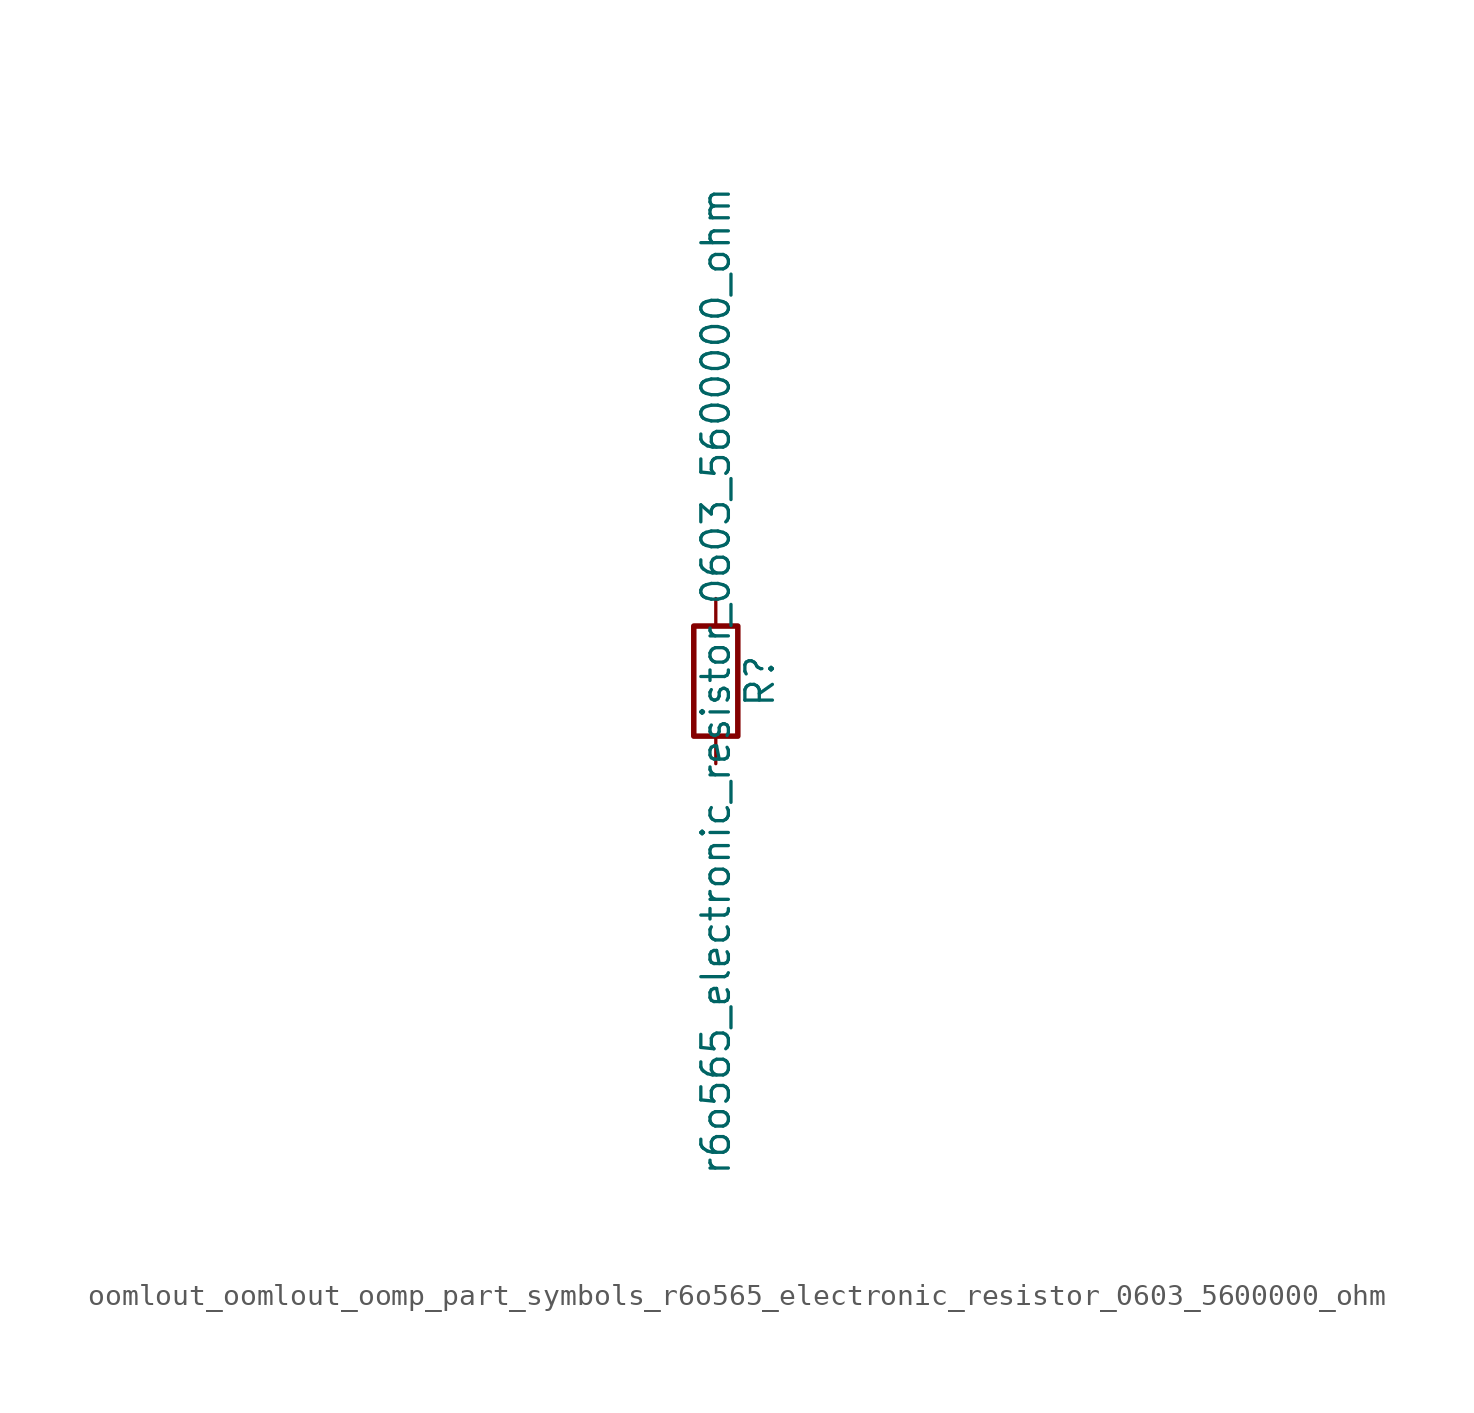
<source format=kicad_sym>
(kicad_symbol_lib
  (version 20220914)
  (generator kicad_symbol_editor)
  (symbol "oomlout_oomlout_oomp_part_symbols_r6o565_electronic_resistor_0603_5600000_ohm"
    (pin_numbers hide)
    (pin_names
      (offset 0))
    (property "Reference" "R"
      (at 2.032 0 90)
      (effects (font (size 1.27 1.27))))
    (property "Value" "r6o565_electronic_resistor_0603_5600000_ohm"
      (at 0 0 90)
      (effects (font (size 1.27 1.27))))
    (symbol "oomlout_oomlout_oomp_part_symbols_r6o565_electronic_resistor_0603_5600000_ohm_0_1"
      (rectangle (start -1.016 -2.54) (end 1.016 2.54) (stroke (width 0.254) (type default)) (fill (type none))))
    (symbol "oomlout_oomlout_oomp_part_symbols_r6o565_electronic_resistor_0603_5600000_ohm_1_1"
      (pin passive line (at 0 3.81 270) (length 1.27) (name "~" (effects (font (size 1.27 1.27)))) (number "1" (effects (font (size 1.27 1.27)))))
      (pin passive line (at 0 -3.81 90) (length 1.27) (name "~" (effects (font (size 1.27 1.27)))) (number "2" (effects (font (size 1.27 1.27))))))))
</source>
